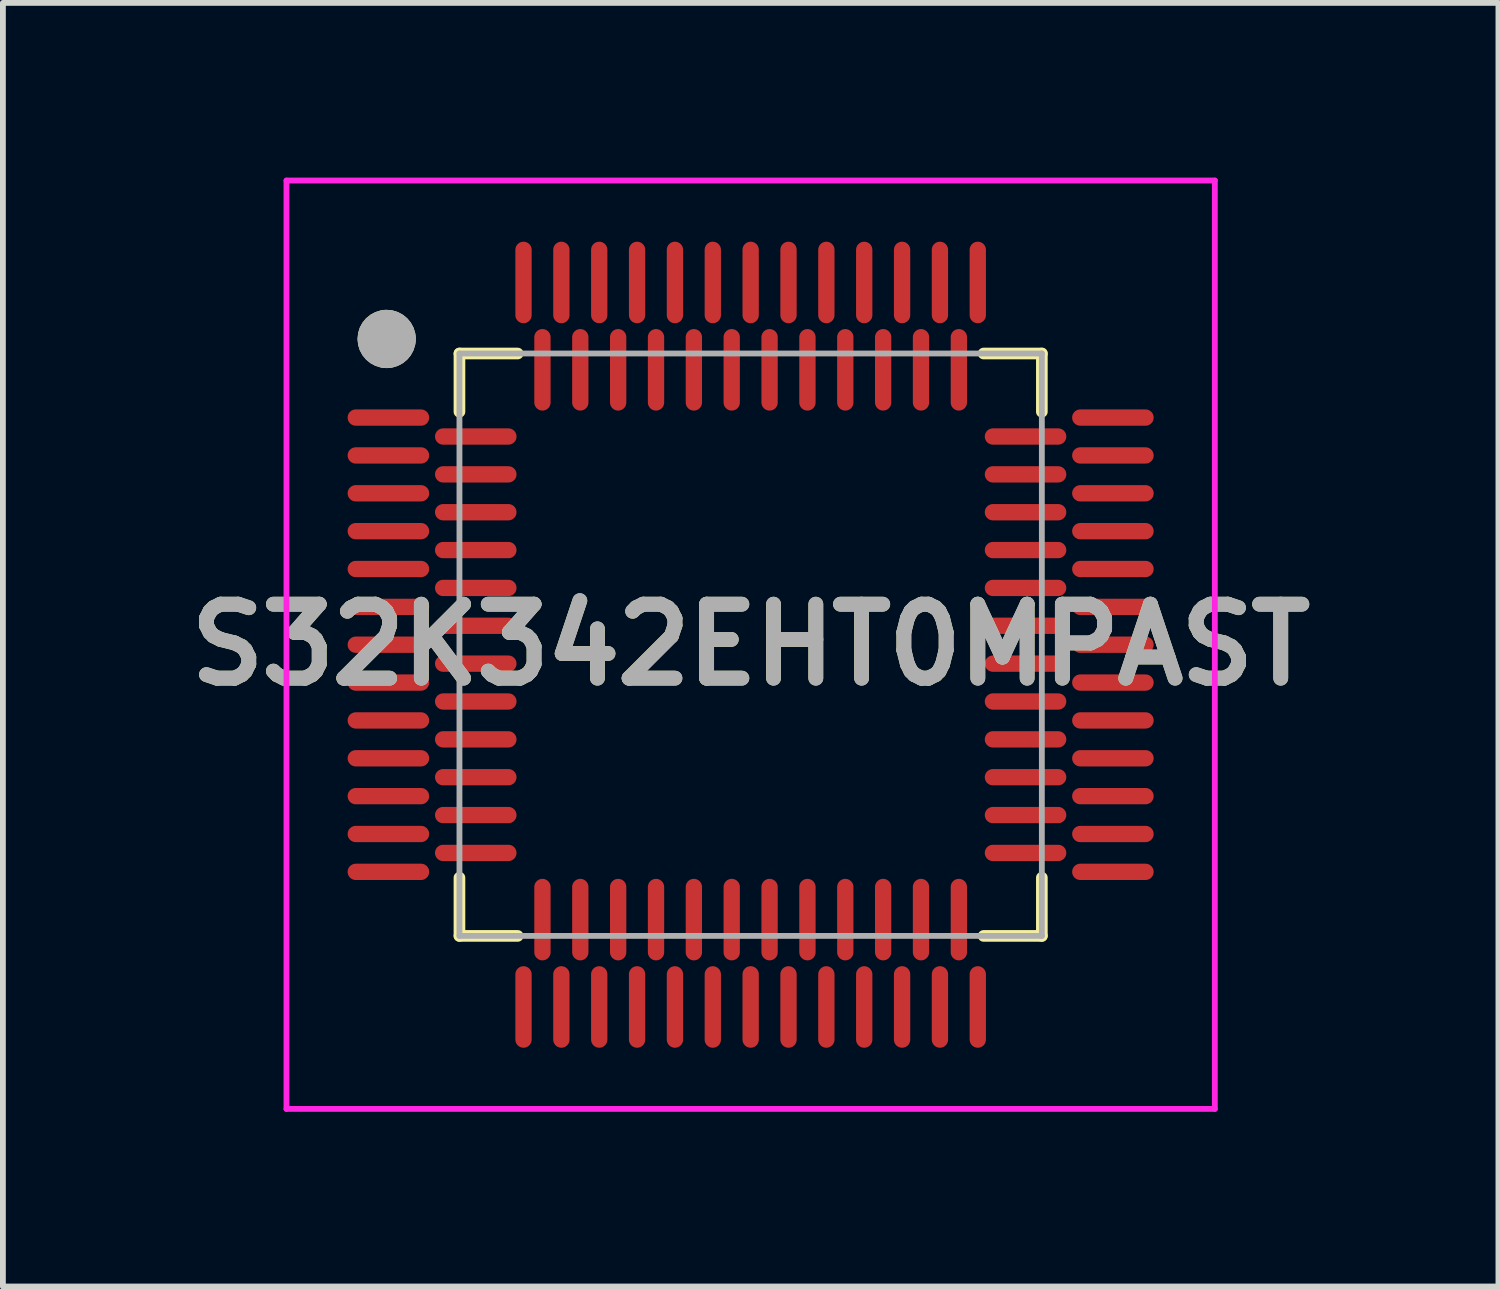
<source format=kicad_pcb>
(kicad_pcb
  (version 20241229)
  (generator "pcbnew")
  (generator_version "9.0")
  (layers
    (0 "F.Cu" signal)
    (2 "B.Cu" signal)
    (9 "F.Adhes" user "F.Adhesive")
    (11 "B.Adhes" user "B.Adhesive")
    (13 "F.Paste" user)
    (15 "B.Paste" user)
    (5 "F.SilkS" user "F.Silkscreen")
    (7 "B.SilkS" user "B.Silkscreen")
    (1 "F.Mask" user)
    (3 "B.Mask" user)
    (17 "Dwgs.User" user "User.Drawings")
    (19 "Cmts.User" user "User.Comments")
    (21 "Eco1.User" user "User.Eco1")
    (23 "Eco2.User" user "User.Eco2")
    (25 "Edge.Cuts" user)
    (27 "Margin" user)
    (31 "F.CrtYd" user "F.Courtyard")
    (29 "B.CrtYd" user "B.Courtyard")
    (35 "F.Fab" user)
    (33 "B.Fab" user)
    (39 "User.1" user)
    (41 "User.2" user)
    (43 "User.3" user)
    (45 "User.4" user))
  (footprint "S32K342EHT0MPAST"
    (layer "F.Cu")
    (at 9.839 8.02)
    (property "Reference" "S32K342EHT0MPAST" (at 0 0 0) (layer "F.SilkS") (effects (font (size 1.27 1.27) (thickness 0.254))))
    (attr smd)
    (fp_line (start -5 -5) (end -5 -4) (stroke (width 0.2) (type solid)) (layer "F.SilkS"))
    (fp_line (start -5 4) (end -5 5) (stroke (width 0.2) (type solid)) (layer "F.SilkS"))
    (fp_line (start -5 5) (end -4 5) (stroke (width 0.2) (type solid)) (layer "F.SilkS"))
    (fp_line (start -4 -5) (end -5 -5) (stroke (width 0.2) (type solid)) (layer "F.SilkS"))
    (fp_line (start 4 -5) (end 5 -5) (stroke (width 0.2) (type solid)) (layer "F.SilkS"))
    (fp_line (start 5 -5) (end 5 -4) (stroke (width 0.2) (type solid)) (layer "F.SilkS"))
    (fp_line (start 5 4) (end 5 5) (stroke (width 0.2) (type solid)) (layer "F.SilkS"))
    (fp_line (start 5 5) (end 4 5) (stroke (width 0.2) (type solid)) (layer "F.SilkS"))
    (fp_circle (center -6.25 -5.25) (end -6.25 -5.25) (stroke (width 0.5) (type default)) (fill no) (layer "F.SilkS"))
    (fp_line (start -7.97 -7.97) (end 7.97 -7.97) (stroke (width 0.1) (type solid)) (layer "F.CrtYd"))
    (fp_line (start -7.97 7.97) (end -7.97 -7.97) (stroke (width 0.1) (type solid)) (layer "F.CrtYd"))
    (fp_line (start 7.97 -7.97) (end 7.97 7.97) (stroke (width 0.1) (type solid)) (layer "F.CrtYd"))
    (fp_line (start 7.97 7.97) (end -7.97 7.97) (stroke (width 0.1) (type solid)) (layer "F.CrtYd"))
    (fp_line (start -5 -5) (end 5 -5) (stroke (width 0.1) (type solid)) (layer "F.Fab"))
    (fp_line (start -5 5) (end -5 -5) (stroke (width 0.1) (type solid)) (layer "F.Fab"))
    (fp_line (start 5 -5) (end 5 5) (stroke (width 0.1) (type solid)) (layer "F.Fab"))
    (fp_line (start 5 5) (end -5 5) (stroke (width 0.1) (type solid)) (layer "F.Fab"))
    (fp_circle (center -6.25 -5.25) (end -6.25 -5.25) (stroke (width 0.5) (type default)) (fill no) (layer "F.Fab"))
    (fp_text user "${REFERENCE}" (at 0 0 0) (layer "F.Fab") (effects (font (size 1.27 1.27) (thickness 0.254))))
    (pad "1" smd oval (at -6.22 -3.9 90) (size 0.28 1.4) (layers "F.Cu" "F.Mask" "F.Paste"))
    (pad "2" smd oval (at -4.72 -3.575 90) (size 0.28 1.4) (layers "F.Cu" "F.Mask" "F.Paste"))
    (pad "3" smd oval (at -6.22 -3.25 90) (size 0.28 1.4) (layers "F.Cu" "F.Mask" "F.Paste"))
    (pad "4" smd oval (at -4.72 -2.925 90) (size 0.28 1.4) (layers "F.Cu" "F.Mask" "F.Paste"))
    (pad "5" smd oval (at -6.22 -2.6 90) (size 0.28 1.4) (layers "F.Cu" "F.Mask" "F.Paste"))
    (pad "6" smd oval (at -4.72 -2.275 90) (size 0.28 1.4) (layers "F.Cu" "F.Mask" "F.Paste"))
    (pad "7" smd oval (at -6.22 -1.95 90) (size 0.28 1.4) (layers "F.Cu" "F.Mask" "F.Paste"))
    (pad "8" smd oval (at -4.72 -1.625 90) (size 0.28 1.4) (layers "F.Cu" "F.Mask" "F.Paste"))
    (pad "9" smd oval (at -6.22 -1.3 90) (size 0.28 1.4) (layers "F.Cu" "F.Mask" "F.Paste"))
    (pad "10" smd oval (at -4.72 -0.975 90) (size 0.28 1.4) (layers "F.Cu" "F.Mask" "F.Paste"))
    (pad "11" smd oval (at -6.22 -0.65 90) (size 0.28 1.4) (layers "F.Cu" "F.Mask" "F.Paste"))
    (pad "12" smd oval (at -4.72 -0.325 90) (size 0.28 1.4) (layers "F.Cu" "F.Mask" "F.Paste"))
    (pad "13" smd oval (at -6.22 0 90) (size 0.28 1.4) (layers "F.Cu" "F.Mask" "F.Paste"))
    (pad "14" smd oval (at -4.72 0.325 90) (size 0.28 1.4) (layers "F.Cu" "F.Mask" "F.Paste"))
    (pad "15" smd oval (at -6.22 0.65 90) (size 0.28 1.4) (layers "F.Cu" "F.Mask" "F.Paste"))
    (pad "16" smd oval (at -4.72 0.975 90) (size 0.28 1.4) (layers "F.Cu" "F.Mask" "F.Paste"))
    (pad "17" smd oval (at -6.22 1.3 90) (size 0.28 1.4) (layers "F.Cu" "F.Mask" "F.Paste"))
    (pad "18" smd oval (at -4.72 1.625 90) (size 0.28 1.4) (layers "F.Cu" "F.Mask" "F.Paste"))
    (pad "19" smd oval (at -6.22 1.95 90) (size 0.28 1.4) (layers "F.Cu" "F.Mask" "F.Paste"))
    (pad "20" smd oval (at -4.72 2.275 90) (size 0.28 1.4) (layers "F.Cu" "F.Mask" "F.Paste"))
    (pad "21" smd oval (at -6.22 2.6 90) (size 0.28 1.4) (layers "F.Cu" "F.Mask" "F.Paste"))
    (pad "22" smd oval (at -4.72 2.925 90) (size 0.28 1.4) (layers "F.Cu" "F.Mask" "F.Paste"))
    (pad "23" smd oval (at -6.22 3.25 90) (size 0.28 1.4) (layers "F.Cu" "F.Mask" "F.Paste"))
    (pad "24" smd oval (at -4.72 3.575 90) (size 0.28 1.4) (layers "F.Cu" "F.Mask" "F.Paste"))
    (pad "25" smd oval (at -6.22 3.9 90) (size 0.28 1.4) (layers "F.Cu" "F.Mask" "F.Paste"))
    (pad "26" smd oval (at -3.9 6.22) (size 0.28 1.4) (layers "F.Cu" "F.Mask" "F.Paste"))
    (pad "27" smd oval (at -3.575 4.72) (size 0.28 1.4) (layers "F.Cu" "F.Mask" "F.Paste"))
    (pad "28" smd oval (at -3.25 6.22) (size 0.28 1.4) (layers "F.Cu" "F.Mask" "F.Paste"))
    (pad "29" smd oval (at -2.925 4.72) (size 0.28 1.4) (layers "F.Cu" "F.Mask" "F.Paste"))
    (pad "30" smd oval (at -2.6 6.22) (size 0.28 1.4) (layers "F.Cu" "F.Mask" "F.Paste"))
    (pad "31" smd oval (at -2.275 4.72) (size 0.28 1.4) (layers "F.Cu" "F.Mask" "F.Paste"))
    (pad "32" smd oval (at -1.95 6.22) (size 0.28 1.4) (layers "F.Cu" "F.Mask" "F.Paste"))
    (pad "33" smd oval (at -1.625 4.72) (size 0.28 1.4) (layers "F.Cu" "F.Mask" "F.Paste"))
    (pad "34" smd oval (at -1.3 6.22) (size 0.28 1.4) (layers "F.Cu" "F.Mask" "F.Paste"))
    (pad "35" smd oval (at -0.975 4.72) (size 0.28 1.4) (layers "F.Cu" "F.Mask" "F.Paste"))
    (pad "36" smd oval (at -0.65 6.22) (size 0.28 1.4) (layers "F.Cu" "F.Mask" "F.Paste"))
    (pad "37" smd oval (at -0.325 4.72) (size 0.28 1.4) (layers "F.Cu" "F.Mask" "F.Paste"))
    (pad "38" smd oval (at 0 6.22) (size 0.28 1.4) (layers "F.Cu" "F.Mask" "F.Paste"))
    (pad "39" smd oval (at 0.325 4.72) (size 0.28 1.4) (layers "F.Cu" "F.Mask" "F.Paste"))
    (pad "40" smd oval (at 0.65 6.22) (size 0.28 1.4) (layers "F.Cu" "F.Mask" "F.Paste"))
    (pad "41" smd oval (at 0.975 4.72) (size 0.28 1.4) (layers "F.Cu" "F.Mask" "F.Paste"))
    (pad "42" smd oval (at 1.3 6.22) (size 0.28 1.4) (layers "F.Cu" "F.Mask" "F.Paste"))
    (pad "43" smd oval (at 1.625 4.72) (size 0.28 1.4) (layers "F.Cu" "F.Mask" "F.Paste"))
    (pad "44" smd oval (at 1.95 6.22) (size 0.28 1.4) (layers "F.Cu" "F.Mask" "F.Paste"))
    (pad "45" smd oval (at 2.275 4.72) (size 0.28 1.4) (layers "F.Cu" "F.Mask" "F.Paste"))
    (pad "46" smd oval (at 2.6 6.22) (size 0.28 1.4) (layers "F.Cu" "F.Mask" "F.Paste"))
    (pad "47" smd oval (at 2.925 4.72) (size 0.28 1.4) (layers "F.Cu" "F.Mask" "F.Paste"))
    (pad "48" smd oval (at 3.25 6.22) (size 0.28 1.4) (layers "F.Cu" "F.Mask" "F.Paste"))
    (pad "49" smd oval (at 3.575 4.72) (size 0.28 1.4) (layers "F.Cu" "F.Mask" "F.Paste"))
    (pad "50" smd oval (at 3.9 6.22) (size 0.28 1.4) (layers "F.Cu" "F.Mask" "F.Paste"))
    (pad "51" smd oval (at 6.22 3.9 90) (size 0.28 1.4) (layers "F.Cu" "F.Mask" "F.Paste"))
    (pad "52" smd oval (at 4.72 3.575 90) (size 0.28 1.4) (layers "F.Cu" "F.Mask" "F.Paste"))
    (pad "53" smd oval (at 6.22 3.25 90) (size 0.28 1.4) (layers "F.Cu" "F.Mask" "F.Paste"))
    (pad "54" smd oval (at 4.72 2.925 90) (size 0.28 1.4) (layers "F.Cu" "F.Mask" "F.Paste"))
    (pad "55" smd oval (at 6.22 2.6 90) (size 0.28 1.4) (layers "F.Cu" "F.Mask" "F.Paste"))
    (pad "56" smd oval (at 4.72 2.275 90) (size 0.28 1.4) (layers "F.Cu" "F.Mask" "F.Paste"))
    (pad "57" smd oval (at 6.22 1.95 90) (size 0.28 1.4) (layers "F.Cu" "F.Mask" "F.Paste"))
    (pad "58" smd oval (at 4.72 1.625 90) (size 0.28 1.4) (layers "F.Cu" "F.Mask" "F.Paste"))
    (pad "59" smd oval (at 6.22 1.3 90) (size 0.28 1.4) (layers "F.Cu" "F.Mask" "F.Paste"))
    (pad "60" smd oval (at 4.72 0.975 90) (size 0.28 1.4) (layers "F.Cu" "F.Mask" "F.Paste"))
    (pad "61" smd oval (at 6.22 0.65 90) (size 0.28 1.4) (layers "F.Cu" "F.Mask" "F.Paste"))
    (pad "62" smd oval (at 4.72 0.325 90) (size 0.28 1.4) (layers "F.Cu" "F.Mask" "F.Paste"))
    (pad "63" smd oval (at 6.22 0 90) (size 0.28 1.4) (layers "F.Cu" "F.Mask" "F.Paste"))
    (pad "64" smd oval (at 4.72 -0.325 90) (size 0.28 1.4) (layers "F.Cu" "F.Mask" "F.Paste"))
    (pad "65" smd oval (at 6.22 -0.65 90) (size 0.28 1.4) (layers "F.Cu" "F.Mask" "F.Paste"))
    (pad "66" smd oval (at 4.72 -0.975 90) (size 0.28 1.4) (layers "F.Cu" "F.Mask" "F.Paste"))
    (pad "67" smd oval (at 6.22 -1.3 90) (size 0.28 1.4) (layers "F.Cu" "F.Mask" "F.Paste"))
    (pad "68" smd oval (at 4.72 -1.625 90) (size 0.28 1.4) (layers "F.Cu" "F.Mask" "F.Paste"))
    (pad "69" smd oval (at 6.22 -1.95 90) (size 0.28 1.4) (layers "F.Cu" "F.Mask" "F.Paste"))
    (pad "70" smd oval (at 4.72 -2.275 90) (size 0.28 1.4) (layers "F.Cu" "F.Mask" "F.Paste"))
    (pad "71" smd oval (at 6.22 -2.6 90) (size 0.28 1.4) (layers "F.Cu" "F.Mask" "F.Paste"))
    (pad "72" smd oval (at 4.72 -2.925 90) (size 0.28 1.4) (layers "F.Cu" "F.Mask" "F.Paste"))
    (pad "73" smd oval (at 6.22 -3.25 90) (size 0.28 1.4) (layers "F.Cu" "F.Mask" "F.Paste"))
    (pad "74" smd oval (at 4.72 -3.575 90) (size 0.28 1.4) (layers "F.Cu" "F.Mask" "F.Paste"))
    (pad "75" smd oval (at 6.22 -3.9 90) (size 0.28 1.4) (layers "F.Cu" "F.Mask" "F.Paste"))
    (pad "76" smd oval (at 3.9 -6.22) (size 0.28 1.4) (layers "F.Cu" "F.Mask" "F.Paste"))
    (pad "77" smd oval (at 3.575 -4.72) (size 0.28 1.4) (layers "F.Cu" "F.Mask" "F.Paste"))
    (pad "78" smd oval (at 3.25 -6.22) (size 0.28 1.4) (layers "F.Cu" "F.Mask" "F.Paste"))
    (pad "79" smd oval (at 2.925 -4.72) (size 0.28 1.4) (layers "F.Cu" "F.Mask" "F.Paste"))
    (pad "80" smd oval (at 2.6 -6.22) (size 0.28 1.4) (layers "F.Cu" "F.Mask" "F.Paste"))
    (pad "81" smd oval (at 2.275 -4.72) (size 0.28 1.4) (layers "F.Cu" "F.Mask" "F.Paste"))
    (pad "82" smd oval (at 1.95 -6.22) (size 0.28 1.4) (layers "F.Cu" "F.Mask" "F.Paste"))
    (pad "83" smd oval (at 1.625 -4.72) (size 0.28 1.4) (layers "F.Cu" "F.Mask" "F.Paste"))
    (pad "84" smd oval (at 1.3 -6.22) (size 0.28 1.4) (layers "F.Cu" "F.Mask" "F.Paste"))
    (pad "85" smd oval (at 0.975 -4.72) (size 0.28 1.4) (layers "F.Cu" "F.Mask" "F.Paste"))
    (pad "86" smd oval (at 0.65 -6.22) (size 0.28 1.4) (layers "F.Cu" "F.Mask" "F.Paste"))
    (pad "87" smd oval (at 0.325 -4.72) (size 0.28 1.4) (layers "F.Cu" "F.Mask" "F.Paste"))
    (pad "88" smd oval (at 0 -6.22) (size 0.28 1.4) (layers "F.Cu" "F.Mask" "F.Paste"))
    (pad "89" smd oval (at -0.325 -4.72) (size 0.28 1.4) (layers "F.Cu" "F.Mask" "F.Paste"))
    (pad "90" smd oval (at -0.65 -6.22) (size 0.28 1.4) (layers "F.Cu" "F.Mask" "F.Paste"))
    (pad "91" smd oval (at -0.975 -4.72) (size 0.28 1.4) (layers "F.Cu" "F.Mask" "F.Paste"))
    (pad "92" smd oval (at -1.3 -6.22) (size 0.28 1.4) (layers "F.Cu" "F.Mask" "F.Paste"))
    (pad "93" smd oval (at -1.625 -4.72) (size 0.28 1.4) (layers "F.Cu" "F.Mask" "F.Paste"))
    (pad "94" smd oval (at -1.95 -6.22) (size 0.28 1.4) (layers "F.Cu" "F.Mask" "F.Paste"))
    (pad "95" smd oval (at -2.275 -4.72) (size 0.28 1.4) (layers "F.Cu" "F.Mask" "F.Paste"))
    (pad "96" smd oval (at -2.6 -6.22) (size 0.28 1.4) (layers "F.Cu" "F.Mask" "F.Paste"))
    (pad "97" smd oval (at -2.925 -4.72) (size 0.28 1.4) (layers "F.Cu" "F.Mask" "F.Paste"))
    (pad "98" smd oval (at -3.25 -6.22) (size 0.28 1.4) (layers "F.Cu" "F.Mask" "F.Paste"))
    (pad "99" smd oval (at -3.575 -4.72) (size 0.28 1.4) (layers "F.Cu" "F.Mask" "F.Paste"))
    (pad "100" smd oval (at -3.9 -6.22) (size 0.28 1.4) (layers "F.Cu" "F.Mask" "F.Paste")))
  (gr_rect
    (start -3 -3)
    (end 22.679 19.04)
    (stroke (width 0.1) (type default))
    (fill no)
    (layer "Edge.Cuts")))
</source>
